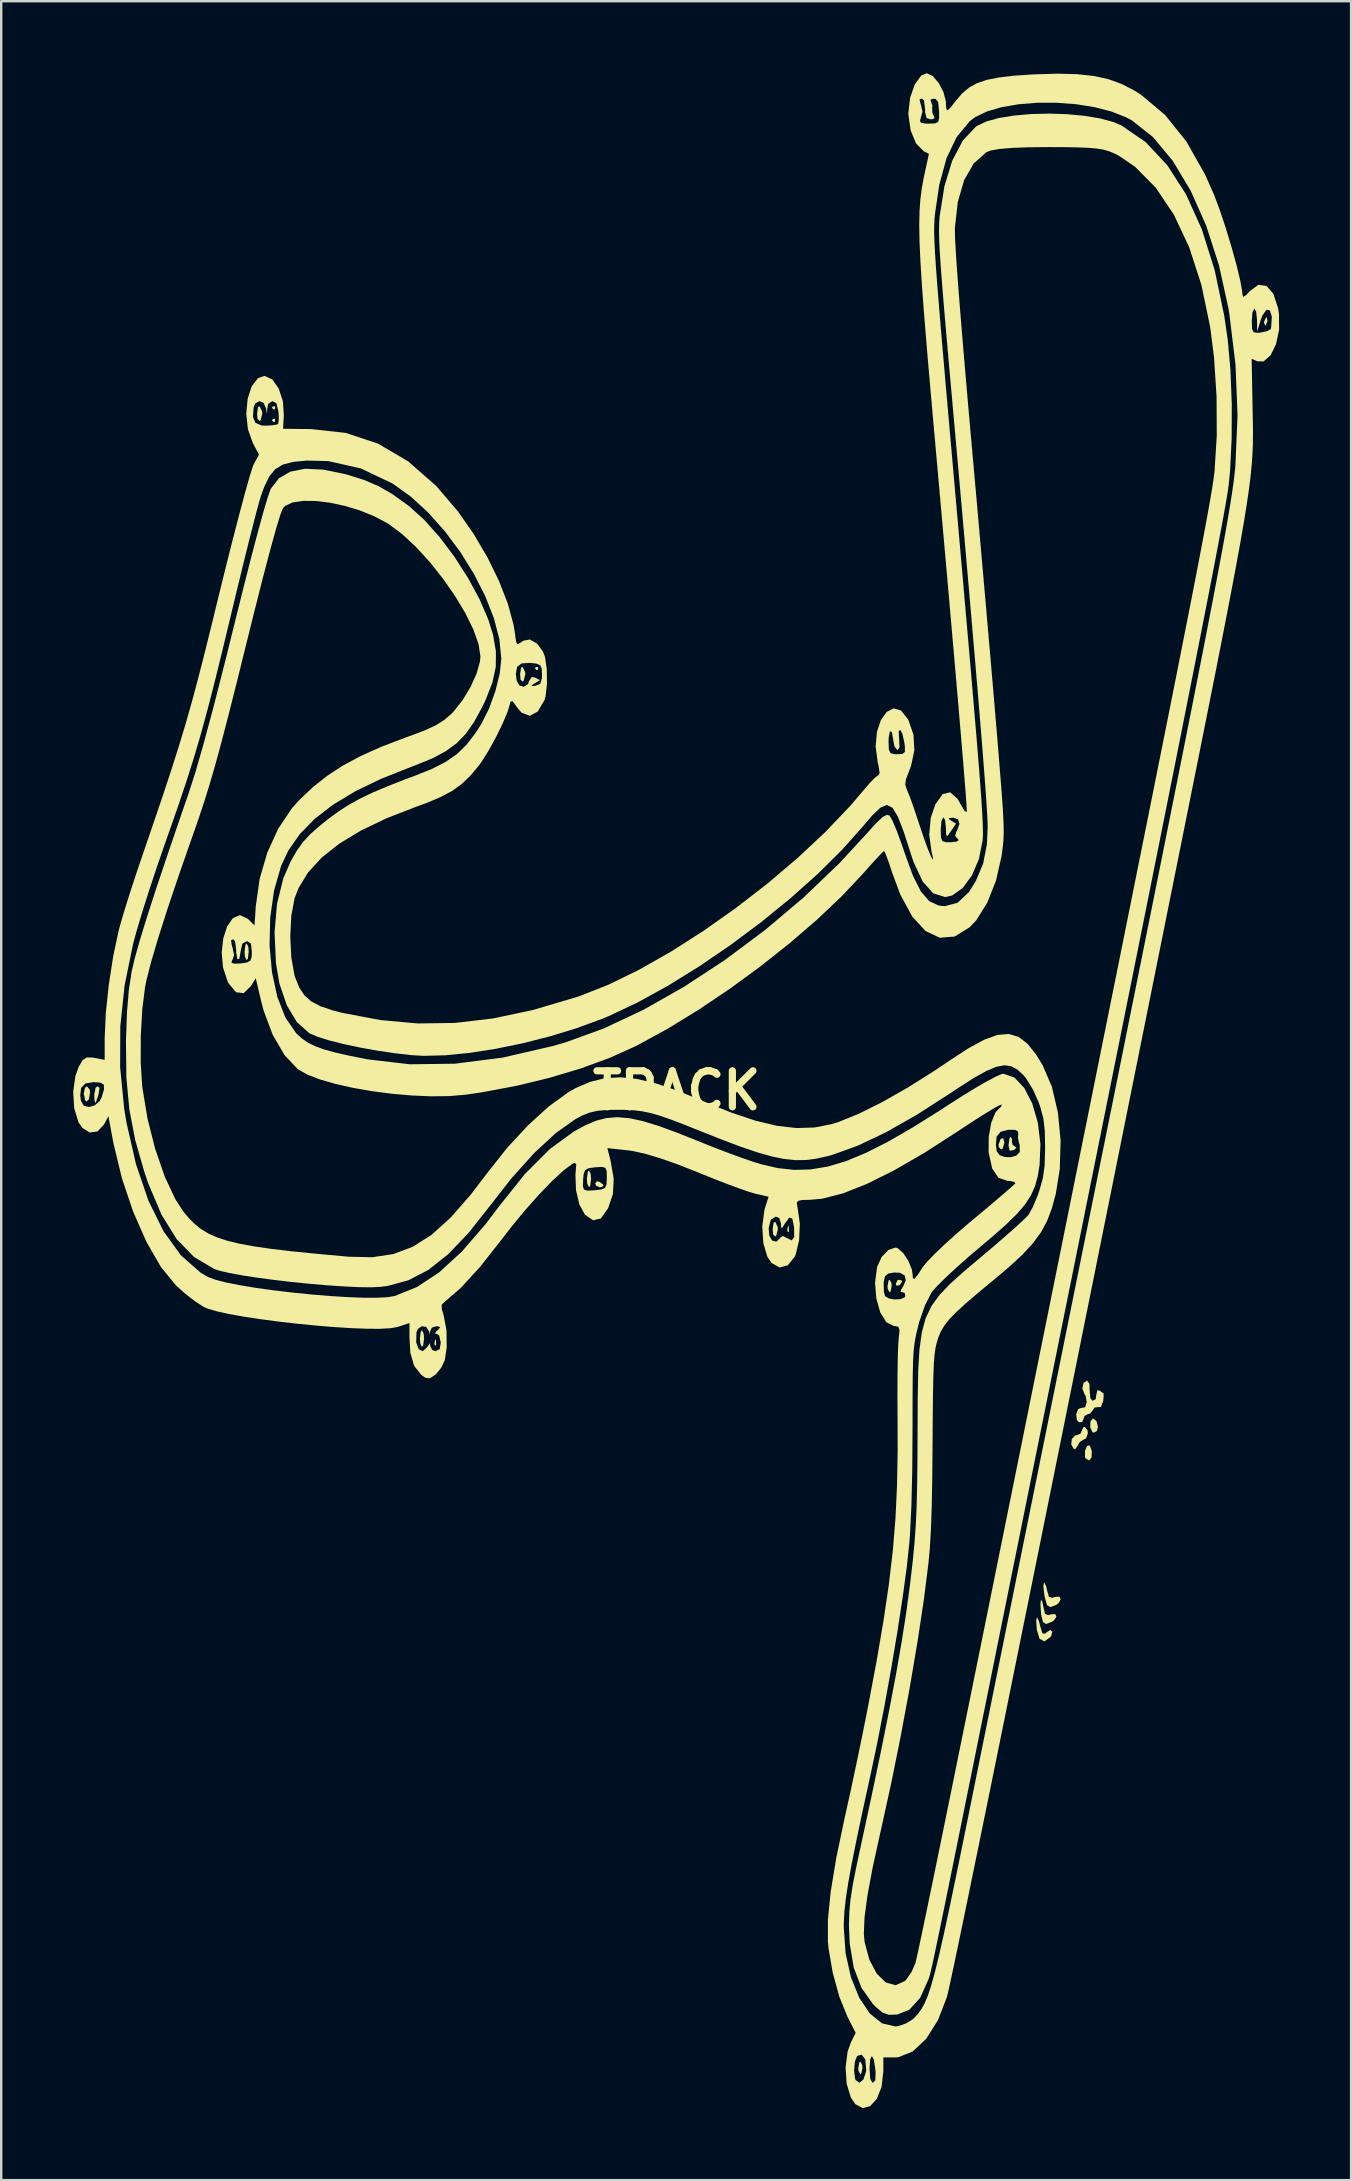
<source format=kicad_pcb>
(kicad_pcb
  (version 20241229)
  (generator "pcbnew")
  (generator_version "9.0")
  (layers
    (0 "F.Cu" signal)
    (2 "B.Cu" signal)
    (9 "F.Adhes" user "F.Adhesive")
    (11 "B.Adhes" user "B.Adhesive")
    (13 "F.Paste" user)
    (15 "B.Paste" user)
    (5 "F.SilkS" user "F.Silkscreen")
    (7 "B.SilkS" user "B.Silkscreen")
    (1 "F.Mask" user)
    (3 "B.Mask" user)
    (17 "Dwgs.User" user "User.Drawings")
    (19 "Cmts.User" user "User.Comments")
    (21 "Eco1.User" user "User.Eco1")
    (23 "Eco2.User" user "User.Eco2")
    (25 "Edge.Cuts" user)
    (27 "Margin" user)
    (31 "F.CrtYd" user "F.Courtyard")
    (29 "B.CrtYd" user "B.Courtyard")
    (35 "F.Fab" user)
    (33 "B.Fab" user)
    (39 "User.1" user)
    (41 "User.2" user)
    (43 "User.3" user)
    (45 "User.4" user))
  (footprint "TRACK"
    (layer "F.Cu")
    (at 25.146 42.392)
    (property "Reference" "TRACK" (at 0 0 0) (layer "F.SilkS") (effects (font (size 1.5 1.5) (thickness 0.3))))
    (attr board_only exclude_from_pos_files exclude_from_bom)
    (fp_poly (pts (xy -16.73 -28.495) (xy -16.742 -28.391) (xy -16.788 -28.378) (xy -16.86 -28.442) (xy -16.846 -28.495) (xy -16.743 -28.516)) (stroke (width 0) (type solid)) (fill yes) (layer "F.SilkS"))
    (fp_poly (pts (xy -16.73 -27.969) (xy -16.742 -27.865) (xy -16.788 -27.852) (xy -16.86 -27.917) (xy -16.846 -27.969) (xy -16.743 -27.99)) (stroke (width 0) (type solid)) (fill yes) (layer "F.SilkS"))
    (fp_poly (pts (xy -10.032 10.394) (xy -10.022 10.601) (xy -10.032 10.627) (xy -10.084 10.603) (xy -10.09 10.51) (xy -10.059 10.366)) (stroke (width 0) (type solid)) (fill yes) (layer "F.SilkS"))
    (fp_poly (pts (xy -5.77 -17.634) (xy -5.782 -17.53) (xy -5.828 -17.517) (xy -5.9 -17.581) (xy -5.886 -17.634) (xy -5.783 -17.655)) (stroke (width 0) (type solid)) (fill yes) (layer "F.SilkS"))
    (fp_poly (pts (xy 4.668 5.664) (xy 4.679 5.872) (xy 4.668 5.897) (xy 4.617 5.873) (xy 4.61 5.781) (xy 4.642 5.637)) (stroke (width 0) (type solid)) (fill yes) (layer "F.SilkS"))
    (fp_poly (pts (xy 13.657 2.175) (xy 13.587 2.416) (xy 13.519 2.452) (xy 13.418 2.351) (xy 13.416 2.244) (xy 13.502 2.013) (xy 13.607 1.984)) (stroke (width 0) (type solid)) (fill yes) (layer "F.SilkS"))
    (fp_poly (pts (xy -24.458 -0.04) (xy -24.443 0.077) (xy -24.491 0.364) (xy -24.594 0.461) (xy -24.648 0.404) (xy -24.705 0.125) (xy -24.653 -0.118) (xy -24.574 -0.175)) (stroke (width 0) (type solid)) (fill yes) (layer "F.SilkS"))
    (fp_poly (pts (xy -17.849 -5.984) (xy -17.832 -5.781) (xy -17.869 -5.496) (xy -17.919 -5.43) (xy -17.99 -5.577) (xy -18.006 -5.781) (xy -17.97 -6.065) (xy -17.919 -6.131)) (stroke (width 0) (type solid)) (fill yes) (layer "F.SilkS"))
    (fp_poly (pts (xy -17.275 -28.294) (xy -17.267 -28.203) (xy -17.335 -27.94) (xy -17.376 -27.896) (xy -17.463 -27.978) (xy -17.484 -28.203) (xy -17.444 -28.481) (xy -17.376 -28.509)) (stroke (width 0) (type solid)) (fill yes) (layer "F.SilkS"))
    (fp_poly (pts (xy -10.542 10.132) (xy -10.525 10.335) (xy -10.562 10.62) (xy -10.612 10.686) (xy -10.683 10.539) (xy -10.699 10.335) (xy -10.663 10.051) (xy -10.612 9.985)) (stroke (width 0) (type solid)) (fill yes) (layer "F.SilkS"))
    (fp_poly (pts (xy -6.314 -17.433) (xy -6.307 -17.342) (xy -6.375 -17.079) (xy -6.415 -17.036) (xy -6.503 -17.117) (xy -6.524 -17.342) (xy -6.484 -17.62) (xy -6.415 -17.649)) (stroke (width 0) (type solid)) (fill yes) (layer "F.SilkS"))
    (fp_poly (pts (xy -3.583 3.475) (xy -3.566 3.679) (xy -3.603 3.963) (xy -3.653 4.029) (xy -3.724 3.882) (xy -3.74 3.679) (xy -3.704 3.394) (xy -3.653 3.328)) (stroke (width 0) (type solid)) (fill yes) (layer "F.SilkS"))
    (fp_poly (pts (xy -3.218 3.803) (xy -3.078 3.905) (xy -3.045 3.962) (xy -3.118 4.016) (xy -3.218 4.029) (xy -3.36 3.962) (xy -3.392 3.87) (xy -3.323 3.78)) (stroke (width 0) (type solid)) (fill yes) (layer "F.SilkS"))
    (fp_poly (pts (xy 4.211 5.689) (xy 4.219 5.781) (xy 4.15 6.044) (xy 4.11 6.087) (xy 4.023 6.006) (xy 4.001 5.781) (xy 4.041 5.503) (xy 4.11 5.474)) (stroke (width 0) (type solid)) (fill yes) (layer "F.SilkS"))
    (fp_poly (pts (xy 7.732 40.607) (xy 7.742 40.728) (xy 7.695 40.961) (xy 7.655 40.99) (xy 7.578 40.848) (xy 7.568 40.728) (xy 7.615 40.494) (xy 7.655 40.465)) (stroke (width 0) (type solid)) (fill yes) (layer "F.SilkS"))
    (fp_poly (pts (xy 8.95 8.025) (xy 8.96 8.146) (xy 8.913 8.379) (xy 8.873 8.408) (xy 8.795 8.266) (xy 8.786 8.146) (xy 8.833 7.912) (xy 8.873 7.883)) (stroke (width 0) (type solid)) (fill yes) (layer "F.SilkS"))
    (fp_poly (pts (xy 9.38 7.92) (xy 9.395 7.952) (xy 9.327 8.065) (xy 9.264 8.121) (xy 9.152 8.125) (xy 9.134 8.052) (xy 9.204 7.902) (xy 9.264 7.883)) (stroke (width 0) (type solid)) (fill yes) (layer "F.SilkS"))
    (fp_poly (pts (xy 24.616 -32.096) (xy 24.617 -32.057) (xy 24.55 -31.888) (xy 24.525 -31.881) (xy 24.473 -31.989) (xy 24.487 -32.057) (xy 24.565 -32.224) (xy 24.579 -32.232)) (stroke (width 0) (type solid)) (fill yes) (layer "F.SilkS"))
    (fp_poly (pts (xy -24.049 -0.115) (xy -24.082 0.124) (xy -24.095 0.175) (xy -24.184 0.45) (xy -24.229 0.526) (xy -24.262 0.378) (xy -24.269 0.175) (xy -24.213 -0.112) (xy -24.136 -0.175)) (stroke (width 0) (type solid)) (fill yes) (layer "F.SilkS"))
    (fp_poly (pts (xy 17.214 14.79) (xy 17.301 15.031) (xy 17.288 15.295) (xy 17.185 15.415) (xy 17.044 15.331) (xy 17.017 15.275) (xy 17.013 15.023) (xy 17.098 14.81) (xy 17.21 14.786)) (stroke (width 0) (type solid)) (fill yes) (layer "F.SilkS"))
    (fp_poly (pts (xy 17.493 13.772) (xy 17.554 14.006) (xy 17.516 14.182) (xy 17.375 14.259) (xy 17.332 14.24) (xy 17.236 14.046) (xy 17.241 13.796) (xy 17.341 13.664) (xy 17.349 13.663)) (stroke (width 0) (type solid)) (fill yes) (layer "F.SilkS"))
    (fp_poly (pts (xy 13.977 2.032) (xy 13.965 2.089) (xy 13.992 2.251) (xy 14.069 2.315) (xy 14.156 2.377) (xy 14.084 2.454) (xy 14.027 2.487) (xy 13.876 2.509) (xy 13.831 2.3) (xy 13.831 2.261) (xy 13.871 1.985) (xy 13.923 1.927)) (stroke (width 0) (type solid)) (fill yes) (layer "F.SilkS"))
    (fp_poly (pts (xy 15.101 22.131) (xy 15.145 22.305) (xy 15.239 22.612) (xy 15.35 22.637) (xy 15.416 22.576) (xy 15.572 22.48) (xy 15.652 22.543) (xy 15.615 22.709) (xy 15.568 22.779) (xy 15.323 22.954) (xy 15.123 22.845) (xy 15.01 22.489) (xy 14.981 22.075) (xy 15.017 21.947)) (stroke (width 0) (type solid)) (fill yes) (layer "F.SilkS"))
    (fp_poly (pts (xy 15.235 21.288) (xy 15.282 21.527) (xy 15.35 21.808) (xy 15.487 21.861) (xy 15.583 21.83) (xy 15.774 21.814) (xy 15.826 21.921) (xy 15.725 22.076) (xy 15.636 22.136) (xy 15.395 22.23) (xy 15.264 22.149) (xy 15.193 21.854) (xy 15.184 21.788) (xy 15.159 21.414) (xy 15.178 21.227)) (stroke (width 0) (type solid)) (fill yes) (layer "F.SilkS"))
    (fp_poly (pts (xy 15.392 20.64) (xy 15.442 20.856) (xy 15.516 21.104) (xy 15.664 21.138) (xy 15.752 21.105) (xy 15.945 21.086) (xy 16.003 21.199) (xy 15.912 21.363) (xy 15.81 21.436) (xy 15.568 21.528) (xy 15.43 21.437) (xy 15.339 21.113) (xy 15.323 21.021) (xy 15.281 20.663) (xy 15.303 20.497) (xy 15.308 20.495)) (stroke (width 0) (type solid)) (fill yes) (layer "F.SilkS"))
    (fp_poly (pts (xy 17.121 14.154) (xy 17.136 14.277) (xy 17.064 14.491) (xy 16.967 14.539) (xy 16.791 14.649) (xy 16.727 14.776) (xy 16.608 14.945) (xy 16.549 14.937) (xy 16.442 14.749) (xy 16.466 14.522) (xy 16.599 14.375) (xy 16.658 14.364) (xy 16.821 14.304) (xy 16.875 14.189) (xy 16.946 14.034) (xy 17.006 14.014)) (stroke (width 0) (type solid)) (fill yes) (layer "F.SilkS"))
    (fp_poly (pts (xy 17.202 12.225) (xy 17.207 12.477) (xy 17.239 12.826) (xy 17.332 12.927) (xy 17.461 12.861) (xy 17.484 12.694) (xy 17.534 12.485) (xy 17.622 12.506) (xy 17.756 12.599) (xy 17.788 12.612) (xy 17.792 12.754) (xy 17.773 12.942) (xy 17.677 13.19) (xy 17.574 13.19) (xy 17.414 13.209) (xy 17.358 13.298) (xy 17.231 13.458) (xy 17.131 13.488) (xy 16.993 13.564) (xy 16.962 13.663) (xy 16.896 13.813) (xy 16.762 13.823) (xy 16.678 13.734) (xy 16.648 13.492) (xy 16.729 13.274) (xy 16.866 13.22) (xy 16.875 13.226) (xy 17.022 13.197) (xy 17.087 12.98) (xy 17.042 12.72) (xy 16.99 12.64) (xy 16.905 12.414) (xy 16.954 12.186) (xy 17.103 12.087)) (stroke (width 0) (type solid)) (fill yes) (layer "F.SilkS"))
    (fp_poly (pts (xy 16.266 -40.684) (xy 16.984 -40.618) (xy 17.638 -40.509) (xy 18.195 -40.358) (xy 18.53 -40.217) (xy 19.541 -39.522) (xy 20.441 -38.562) (xy 21.223 -37.347) (xy 21.884 -35.886) (xy 22.418 -34.19) (xy 22.82 -32.268) (xy 22.963 -31.284) (xy 23.076 -30.029) (xy 23.131 -28.607) (xy 23.126 -27.159) (xy 23.061 -25.826) (xy 23.005 -25.25) (xy 22.969 -24.991) (xy 22.905 -24.599) (xy 22.81 -24.063) (xy 22.683 -23.372) (xy 22.521 -22.516) (xy 22.323 -21.484) (xy 22.086 -20.264) (xy 21.808 -18.848) (xy 21.487 -17.223) (xy 21.121 -15.379) (xy 20.708 -13.305) (xy 20.245 -10.991) (xy 19.731 -8.426) (xy 19.163 -5.598) (xy 18.539 -2.498) (xy 17.857 0.886) (xy 17.115 4.564) (xy 16.311 8.546) (xy 15.631 11.912) (xy 14.963 15.215) (xy 14.358 18.21) (xy 13.812 20.911) (xy 13.322 23.334) (xy 12.886 25.495) (xy 12.498 27.408) (xy 12.158 29.09) (xy 11.861 30.555) (xy 11.604 31.82) (xy 11.385 32.899) (xy 11.199 33.809) (xy 11.044 34.564) (xy 10.917 35.181) (xy 10.814 35.674) (xy 10.733 36.059) (xy 10.67 36.352) (xy 10.621 36.568) (xy 10.585 36.723) (xy 10.557 36.831) (xy 10.535 36.909) (xy 10.515 36.972) (xy 10.497 37.027) (xy 10.145 37.809) (xy 9.695 38.304) (xy 9.188 38.503) (xy 8.845 38.514) (xy 8.578 38.421) (xy 8.291 38.181) (xy 8.178 38.064) (xy 7.704 37.395) (xy 7.381 36.554) (xy 7.21 35.541) (xy 7.18 34.785) (xy 7.195 34.242) (xy 7.243 33.712) (xy 7.337 33.104) (xy 7.491 32.327) (xy 7.605 31.794) (xy 8.086 29.567) (xy 8.496 27.616) (xy 8.841 25.901) (xy 9.129 24.386) (xy 9.366 23.033) (xy 9.559 21.804) (xy 9.715 20.66) (xy 9.842 19.567) (xy 9.911 18.848) (xy 9.962 18.146) (xy 9.997 17.386) (xy 10.02 16.492) (xy 10.033 15.388) (xy 10.039 14.189) (xy 10.045 12.811) (xy 10.065 11.696) (xy 10.116 10.8) (xy 10.215 10.078) (xy 10.377 9.486) (xy 10.618 8.98) (xy 10.955 8.515) (xy 11.405 8.046) (xy 11.982 7.529) (xy 12.686 6.935) (xy 13.216 6.487) (xy 13.702 6.067) (xy 14.117 5.699) (xy 14.435 5.408) (xy 14.628 5.217) (xy 14.663 5.177) (xy 14.839 4.86) (xy 15.038 4.386) (xy 15.114 4.169) (xy 15.258 3.656) (xy 15.331 3.146) (xy 15.353 2.478) (xy 15.353 2.349) (xy 15.339 1.668) (xy 15.282 1.175) (xy 15.159 0.71) (xy 15.092 0.51) (xy 14.852 -0.031) (xy 14.558 -0.51) (xy 14.448 -0.643) (xy 14.196 -0.874) (xy 13.94 -1.013) (xy 13.657 -1.053) (xy 13.32 -0.99) (xy 12.906 -0.816) (xy 12.389 -0.527) (xy 11.745 -0.115) (xy 11.455 0.079) (xy 10.019 1.003) (xy 8.721 1.74) (xy 7.551 2.296) (xy 6.503 2.675) (xy 6.277 2.737) (xy 5.823 2.839) (xy 5.386 2.895) (xy 4.943 2.901) (xy 4.47 2.851) (xy 3.942 2.742) (xy 3.336 2.569) (xy 2.627 2.327) (xy 1.792 2.01) (xy 1.044 1.712) (xy 0.339 1.43) (xy -0.228 1.213) (xy -0.689 1.052) (xy -1.076 0.94) (xy -1.421 0.868) (xy -1.755 0.826) (xy -2.111 0.807) (xy -2.349 0.802) (xy -2.883 0.808) (xy -3.294 0.843) (xy -3.632 0.92) (xy -3.95 1.048) (xy -4.219 1.193) (xy -5.041 1.776) (xy -5.94 2.608) (xy -6.885 3.659) (xy -7.745 4.76) (xy -8.665 5.925) (xy -9.521 6.822) (xy -10.347 7.474) (xy -11.175 7.906) (xy -12.037 8.141) (xy -12.352 8.182) (xy -12.748 8.199) (xy -13.27 8.192) (xy -13.89 8.162) (xy -14.581 8.115) (xy -15.314 8.051) (xy -16.063 7.975) (xy -16.798 7.889) (xy -17.493 7.796) (xy -18.12 7.699) (xy -18.65 7.602) (xy -19.056 7.507) (xy -19.271 7.435) (xy -20.107 6.939) (xy -20.83 6.198) (xy -21.461 5.184) (xy -22.019 3.868) (xy -22.181 3.394) (xy -22.562 2.064) (xy -22.806 0.791) (xy -22.93 -0.538) (xy -22.937 -1.174) (xy -22.333 -1.174) (xy -22.274 -0.211) (xy -22.268 -0.156) (xy -22.054 1.147) (xy -21.733 2.422) (xy -21.333 3.582) (xy -20.884 4.539) (xy -20.561 5.035) (xy -20.328 5.315) (xy -20.086 5.559) (xy -19.821 5.771) (xy -19.518 5.955) (xy -19.162 6.115) (xy -18.739 6.255) (xy -18.233 6.379) (xy -17.631 6.491) (xy -16.917 6.595) (xy -16.077 6.695) (xy -15.096 6.794) (xy -13.959 6.898) (xy -13.657 6.925) (xy -12.684 6.946) (xy -11.809 6.815) (xy -10.998 6.511) (xy -10.214 6.013) (xy -9.422 5.298) (xy -8.587 4.346) (xy -7.872 3.41) (xy -7.055 2.379) (xy -6.193 1.45) (xy -5.333 0.667) (xy -4.524 0.078) (xy -4.209 -0.102) (xy -3.611 -0.36) (xy -3.003 -0.511) (xy -2.36 -0.553) (xy -1.657 -0.483) (xy -0.868 -0.298) (xy 0.032 0.004) (xy 1.068 0.427) (xy 1.118 0.448) (xy 2.27 0.917) (xy 3.285 1.257) (xy 4.188 1.472) (xy 5.003 1.564) (xy 5.754 1.539) (xy 6.465 1.398) (xy 6.752 1.308) (xy 7.591 0.967) (xy 8.555 0.488) (xy 9.614 -0.114) (xy 10.738 -0.821) (xy 11.352 -1.234) (xy 12.147 -1.754) (xy 12.811 -2.115) (xy 13.366 -2.317) (xy 13.837 -2.357) (xy 14.247 -2.236) (xy 14.618 -1.951) (xy 14.976 -1.502) (xy 15.258 -1.042) (xy 15.639 -0.146) (xy 15.888 0.921) (xy 15.999 2.086) (xy 15.964 3.272) (xy 15.8 4.298) (xy 15.638 4.901) (xy 15.44 5.425) (xy 15.183 5.903) (xy 14.846 6.364) (xy 14.405 6.841) (xy 13.839 7.363) (xy 13.236 7.871) (xy 12.578 8.416) (xy 12.062 8.857) (xy 11.668 9.216) (xy 11.376 9.516) (xy 11.166 9.777) (xy 11.017 10.022) (xy 10.91 10.273) (xy 10.849 10.466) (xy 10.792 10.694) (xy 10.75 10.974) (xy 10.718 11.356) (xy 10.696 11.892) (xy 10.681 12.634) (xy 10.671 13.632) (xy 10.664 14.67) (xy 10.651 16.146) (xy 10.629 17.332) (xy 10.596 18.285) (xy 10.55 19.067) (xy 10.491 19.707) (xy 10.297 21.243) (xy 10.03 23.006) (xy 9.706 24.918) (xy 9.337 26.902) (xy 8.937 28.88) (xy 8.521 30.775) (xy 8.48 30.952) (xy 8.167 32.376) (xy 7.951 33.534) (xy 7.829 34.446) (xy 7.8 35.132) (xy 7.829 35.474) (xy 8.032 36.227) (xy 8.341 36.804) (xy 8.717 37.167) (xy 9.12 37.281) (xy 9.509 37.108) (xy 9.56 37.058) (xy 9.786 36.731) (xy 9.941 36.382) (xy 9.976 36.246) (xy 10.041 35.96) (xy 10.137 35.514) (xy 10.268 34.896) (xy 10.434 34.099) (xy 10.638 33.111) (xy 10.883 31.923) (xy 11.169 30.524) (xy 11.499 28.906) (xy 11.875 27.057) (xy 12.299 24.968) (xy 12.774 22.629) (xy 13.3 20.03) (xy 13.881 17.161) (xy 14.518 14.012) (xy 15.212 10.574) (xy 15.968 6.835) (xy 16.785 2.787) (xy 17.224 0.613) (xy 17.914 -2.81) (xy 18.542 -5.923) (xy 19.109 -8.743) (xy 19.62 -11.283) (xy 20.076 -13.559) (xy 20.482 -15.586) (xy 20.839 -17.379) (xy 21.15 -18.952) (xy 21.42 -20.322) (xy 21.65 -21.502) (xy 21.843 -22.508) (xy 22.003 -23.355) (xy 22.133 -24.058) (xy 22.235 -24.632) (xy 22.312 -25.091) (xy 22.368 -25.452) (xy 22.405 -25.729) (xy 22.414 -25.815) (xy 22.506 -27.291) (xy 22.498 -28.913) (xy 22.392 -30.545) (xy 22.233 -31.808) (xy 21.867 -33.566) (xy 21.359 -35.135) (xy 20.72 -36.494) (xy 19.963 -37.621) (xy 19.098 -38.495) (xy 18.454 -38.935) (xy 18.233 -39.051) (xy 18.017 -39.14) (xy 17.78 -39.207) (xy 17.494 -39.253) (xy 17.133 -39.284) (xy 16.672 -39.302) (xy 16.083 -39.31) (xy 15.527 -39.313) (xy 14.67 -39.305) (xy 13.982 -39.28) (xy 13.459 -39.236) (xy 13.097 -39.173) (xy 12.909 -39.103) (xy 12.377 -38.629) (xy 11.977 -37.932) (xy 11.714 -37.021) (xy 11.593 -35.934) (xy 11.6 -35.527) (xy 11.642 -34.782) (xy 11.718 -33.708) (xy 11.828 -32.309) (xy 11.971 -30.592) (xy 12.146 -28.563) (xy 12.296 -26.875) (xy 12.46 -25.045) (xy 12.625 -23.176) (xy 12.788 -21.325) (xy 12.943 -19.551) (xy 13.086 -17.912) (xy 13.21 -16.467) (xy 13.311 -15.273) (xy 13.359 -14.7) (xy 13.462 -13.437) (xy 13.539 -12.466) (xy 13.591 -11.735) (xy 13.62 -11.19) (xy 13.629 -10.781) (xy 13.618 -10.452) (xy 13.589 -10.153) (xy 13.546 -9.829) (xy 13.535 -9.752) (xy 13.306 -8.744) (xy 12.943 -7.829) (xy 12.484 -7.094) (xy 12.217 -6.809) (xy 11.584 -6.417) (xy 10.964 -6.366) (xy 10.371 -6.646) (xy 9.819 -7.248) (xy 9.321 -8.162) (xy 8.988 -9.056) (xy 8.828 -9.538) (xy 8.702 -9.874) (xy 8.644 -9.985) (xy 8.553 -9.904) (xy 8.343 -9.683) (xy 8.048 -9.359) (xy 7.754 -9.027) (xy 6.87 -8.087) (xy 5.843 -7.116) (xy 4.705 -6.135) (xy 3.485 -5.169) (xy 2.214 -4.24) (xy 0.921 -3.37) (xy -0.363 -2.582) (xy -1.608 -1.9) (xy -1.731 -1.838) (xy -2.798 -1.358) (xy -4.004 -0.917) (xy -5.315 -0.525) (xy -6.697 -0.191) (xy -8.116 0.074) (xy -8.8 0.174) (xy -9.472 0.231) (xy -10.224 0.241) (xy -11.029 0.207) (xy -11.858 0.135) (xy -12.684 0.028) (xy -13.478 -0.11) (xy -14.212 -0.274) (xy -14.858 -0.46) (xy -15.387 -0.663) (xy -15.773 -0.88) (xy -15.788 -0.891) (xy -16.339 -1.475) (xy -16.829 -2.316) (xy -17.21 -3.326) (xy -17.306 -3.691) (xy -17.539 -4.681) (xy -17.739 -4.355) (xy -18.041 -4.059) (xy -18.36 -4.096) (xy -18.667 -4.46) (xy -18.709 -4.541) (xy -18.903 -5.127) (xy -18.958 -5.747) (xy -18.902 -6.258) (xy -18.569 -6.258) (xy -18.537 -6.053) (xy -18.507 -5.951) (xy -18.443 -5.649) (xy -18.504 -5.456) (xy -18.528 -5.421) (xy -18.552 -5.324) (xy -18.425 -5.285) (xy -18.18 -5.295) (xy -17.906 -5.335) (xy -17.763 -5.413) (xy -17.709 -5.573) (xy -17.702 -5.781) (xy -17.738 -6.114) (xy -17.879 -6.217) (xy -17.919 -6.219) (xy -18.098 -6.122) (xy -18.164 -5.824) (xy -18.224 -5.49) (xy -18.302 -5.469) (xy -18.352 -5.753) (xy -18.354 -5.868) (xy -18.4 -6.221) (xy -18.485 -6.306) (xy -18.569 -6.258) (xy -18.902 -6.258) (xy -18.893 -6.339) (xy -18.73 -6.839) (xy -18.491 -7.184) (xy -18.196 -7.31) (xy -17.867 -7.154) (xy -17.843 -7.131) (xy -17.591 -6.878) (xy -17.537 -7.687) (xy -17.376 -8.823) (xy -17.06 -9.91) (xy -16.606 -10.905) (xy -16.032 -11.763) (xy -15.726 -12.105) (xy -15.155 -12.644) (xy -14.557 -13.118) (xy -13.903 -13.545) (xy -13.165 -13.94) (xy -12.317 -14.319) (xy -11.329 -14.698) (xy -11.064 -14.792) (xy -10.486 -15.011) (xy -10.041 -15.218) (xy -9.692 -15.436) (xy -9.398 -15.687) (xy -9.301 -15.786) (xy -8.919 -16.268) (xy -8.587 -16.82) (xy -8.336 -17.378) (xy -8.195 -17.881) (xy -8.177 -18.09) (xy -8.254 -18.599) (xy -8.469 -19.208) (xy -8.802 -19.886) (xy -9.23 -20.6) (xy -9.73 -21.32) (xy -10.28 -22.013) (xy -10.859 -22.647) (xy -11.445 -23.192) (xy -12.014 -23.615) (xy -12.044 -23.633) (xy -12.589 -23.925) (xy -13.191 -24.169) (xy -13.821 -24.36) (xy -14.447 -24.494) (xy -15.039 -24.566) (xy -15.567 -24.571) (xy -16 -24.506) (xy -16.308 -24.365) (xy -16.397 -24.278) (xy -16.504 -24.023) (xy -16.681 -23.45) (xy -16.928 -22.56) (xy -17.244 -21.356) (xy -17.628 -19.839) (xy -17.954 -18.527) (xy -18.346 -16.945) (xy -18.678 -15.631) (xy -18.963 -14.535) (xy -19.215 -13.608) (xy -19.449 -12.8) (xy -19.677 -12.063) (xy -19.914 -11.347) (xy -20.174 -10.602) (xy -20.176 -10.598) (xy -20.734 -9.002) (xy -21.212 -7.582) (xy -21.603 -6.359) (xy -21.9 -5.353) (xy -22.096 -4.588) (xy -22.152 -4.311) (xy -22.267 -3.386) (xy -22.329 -2.287) (xy -22.333 -1.174) (xy -22.937 -1.174) (xy -22.947 -2.036) (xy -22.945 -2.14) (xy -22.903 -3.289) (xy -22.827 -4.195) (xy -22.711 -4.95) (xy -22.584 -5.498) (xy -22.37 -6.258) (xy -22.068 -7.243) (xy -21.672 -8.465) (xy -21.178 -9.936) (xy -20.584 -11.668) (xy -20.347 -12.35) (xy -20.056 -13.254) (xy -19.705 -14.474) (xy -19.292 -16.011) (xy -18.817 -17.869) (xy -18.448 -19.357) (xy -18.076 -20.852) (xy -17.742 -22.167) (xy -17.451 -23.273) (xy -17.211 -24.143) (xy -17.03 -24.752) (xy -16.914 -25.071) (xy -16.908 -25.083) (xy -16.571 -25.515) (xy -16.097 -25.789) (xy -15.481 -25.909) (xy -14.719 -25.873) (xy -13.805 -25.684) (xy -13.744 -25.668) (xy -13.028 -25.443) (xy -12.413 -25.179) (xy -11.828 -24.84) (xy -11.199 -24.388) (xy -11.155 -24.355) (xy -10.521 -23.784) (xy -9.881 -23.066) (xy -9.264 -22.247) (xy -8.701 -21.371) (xy -8.219 -20.483) (xy -7.849 -19.628) (xy -7.648 -18.979) (xy -7.531 -18.292) (xy -7.537 -17.654) (xy -7.676 -17.006) (xy -7.957 -16.284) (xy -8.11 -15.965) (xy -8.44 -15.361) (xy -8.78 -14.872) (xy -9.164 -14.474) (xy -9.62 -14.139) (xy -10.182 -13.841) (xy -10.879 -13.555) (xy -11.051 -13.491) (xy -12.307 -12.994) (xy -13.395 -12.468) (xy -14.321 -11.91) (xy -15.09 -11.315) (xy -15.709 -10.679) (xy -16.183 -9.996) (xy -16.481 -9.365) (xy -16.778 -8.327) (xy -16.937 -7.202) (xy -16.964 -6.049) (xy -16.863 -4.93) (xy -16.641 -3.906) (xy -16.303 -3.039) (xy -15.854 -2.388) (xy -15.842 -2.376) (xy -15.619 -2.172) (xy -15.37 -1.999) (xy -15.071 -1.85) (xy -14.698 -1.714) (xy -14.224 -1.583) (xy -13.627 -1.448) (xy -12.88 -1.3) (xy -12.874 -1.299) (xy -11.119 -1.094) (xy -9.243 -1.118) (xy -7.255 -1.372) (xy -5.164 -1.854) (xy -4.611 -2.014) (xy -3.034 -2.588) (xy -1.379 -3.367) (xy 0.317 -4.329) (xy 2.019 -5.445) (xy 3.688 -6.692) (xy 5.289 -8.044) (xy 6.784 -9.475) (xy 7.94 -10.729) (xy 8.319 -11.15) (xy 8.583 -11.396) (xy 8.76 -11.488) (xy 8.873 -11.455) (xy 8.993 -11.245) (xy 9.175 -10.813) (xy 9.388 -10.233) (xy 9.501 -9.897) (xy 9.847 -8.946) (xy 10.178 -8.292) (xy 10.523 -7.893) (xy 10.915 -7.708) (xy 11.169 -7.683) (xy 11.704 -7.823) (xy 12.175 -8.265) (xy 12.469 -8.735) (xy 12.773 -9.462) (xy 12.928 -10.266) (xy 12.961 -10.991) (xy 12.944 -11.433) (xy 12.894 -12.219) (xy 12.811 -13.348) (xy 12.694 -14.82) (xy 12.544 -16.636) (xy 12.36 -18.795) (xy 12.143 -21.298) (xy 11.893 -24.145) (xy 11.609 -27.335) (xy 11.438 -29.244) (xy 11.289 -30.92) (xy 11.169 -32.289) (xy 11.077 -33.388) (xy 11.01 -34.256) (xy 10.965 -34.93) (xy 10.94 -35.446) (xy 10.933 -35.843) (xy 10.94 -36.158) (xy 10.958 -36.415) (xy 11.155 -37.674) (xy 11.482 -38.744) (xy 11.923 -39.584) (xy 12.461 -40.157) (xy 12.52 -40.198) (xy 12.909 -40.383) (xy 13.437 -40.527) (xy 14.071 -40.629) (xy 14.776 -40.69) (xy 15.519 -40.708)) (stroke (width 0) (type solid)) (fill yes) (layer "F.SilkS"))
    (fp_poly (pts (xy 10.67 -42.275) (xy 10.92 -41.983) (xy 11.121 -41.599) (xy 11.219 -41.21) (xy 11.221 -41.15) (xy 11.232 -40.908) (xy 11.286 -40.844) (xy 11.418 -40.965) (xy 11.636 -41.245) (xy 11.893 -41.546) (xy 12.176 -41.786) (xy 12.508 -41.972) (xy 12.914 -42.112) (xy 13.418 -42.214) (xy 14.044 -42.287) (xy 14.816 -42.339) (xy 14.937 -42.345) (xy 15.887 -42.372) (xy 16.693 -42.351) (xy 17.385 -42.276) (xy 17.991 -42.143) (xy 18.54 -41.944) (xy 19.062 -41.675) (xy 19.353 -41.492) (xy 20.351 -40.654) (xy 21.24 -39.546) (xy 22.024 -38.16) (xy 22.4 -37.309) (xy 22.634 -36.683) (xy 22.88 -35.944) (xy 23.117 -35.164) (xy 23.324 -34.417) (xy 23.48 -33.776) (xy 23.564 -33.316) (xy 23.573 -33.192) (xy 23.607 -33.071) (xy 23.729 -33.142) (xy 23.879 -33.308) (xy 24.241 -33.574) (xy 24.581 -33.528) (xy 24.865 -33.197) (xy 25.06 -32.605) (xy 25.099 -32.36) (xy 25.103 -31.7) (xy 24.975 -31.1) (xy 24.748 -30.635) (xy 24.458 -30.382) (xy 24.195 -30.387) (xy 23.96 -30.491) (xy 23.994 -28.663) (xy 24.003 -28.182) (xy 24.012 -27.748) (xy 24.015 -27.342) (xy 24.011 -26.945) (xy 23.995 -26.536) (xy 23.965 -26.098) (xy 23.917 -25.611) (xy 23.848 -25.056) (xy 23.754 -24.414) (xy 23.633 -23.665) (xy 23.481 -22.791) (xy 23.295 -21.772) (xy 23.071 -20.59) (xy 22.807 -19.224) (xy 22.499 -17.657) (xy 22.143 -15.868) (xy 21.737 -13.839) (xy 21.277 -11.55) (xy 20.76 -8.982) (xy 20.183 -6.117) (xy 19.921 -4.817) (xy 18.954 -0.015) (xy 18.051 4.468) (xy 17.21 8.639) (xy 16.43 12.503) (xy 15.71 16.066) (xy 15.05 19.334) (xy 14.446 22.314) (xy 13.899 25.011) (xy 13.408 27.432) (xy 12.97 29.583) (xy 12.584 31.469) (xy 12.25 33.097) (xy 11.967 34.473) (xy 11.732 35.603) (xy 11.545 36.493) (xy 11.404 37.149) (xy 11.309 37.578) (xy 11.26 37.775) (xy 10.886 38.742) (xy 10.398 39.514) (xy 9.836 40.042) (xy 9.24 40.28) (xy 9.112 40.288) (xy 8.612 40.29) (xy 8.612 40.879) (xy 8.537 41.523) (xy 8.34 42.014) (xy 8.065 42.318) (xy 7.751 42.403) (xy 7.442 42.233) (xy 7.259 41.962) (xy 7.084 41.386) (xy 7.048 40.84) (xy 7.393 40.84) (xy 7.436 41.182) (xy 7.455 41.231) (xy 7.613 41.348) (xy 7.779 41.214) (xy 7.888 40.897) (xy 7.899 40.794) (xy 7.894 40.747) (xy 8.038 40.747) (xy 8.064 41.179) (xy 8.153 41.337) (xy 8.179 41.341) (xy 8.277 41.251) (xy 8.29 40.93) (xy 8.283 40.827) (xy 8.219 40.386) (xy 8.135 40.229) (xy 8.064 40.367) (xy 8.038 40.747) (xy 7.894 40.747) (xy 7.86 40.369) (xy 7.707 40.175) (xy 7.524 40.226) (xy 7.427 40.459) (xy 7.393 40.84) (xy 7.048 40.84) (xy 7.039 40.707) (xy 7.123 40.05) (xy 7.252 39.683) (xy 7.459 39.267) (xy 7.118 38.596) (xy 6.778 37.759) (xy 6.502 36.754) (xy 6.327 35.731) (xy 6.302 35.472) (xy 6.301 34.563) (xy 6.417 33.399) (xy 6.65 31.981) (xy 6.999 30.313) (xy 7.011 30.26) (xy 7.241 29.224) (xy 7.499 28.014) (xy 7.753 26.785) (xy 7.959 25.75) (xy 8.325 23.809) (xy 8.616 22.112) (xy 8.841 20.593) (xy 9.006 19.188) (xy 9.118 17.83) (xy 9.183 16.453) (xy 9.209 14.991) (xy 9.205 13.663) (xy 9.2 12.676) (xy 9.204 11.77) (xy 9.217 11.024) (xy 9.237 10.514) (xy 9.249 10.379) (xy 9.287 9.993) (xy 9.24 9.839) (xy 9.069 9.81) (xy 9.047 9.81) (xy 8.734 9.653) (xy 8.483 9.242) (xy 8.319 8.664) (xy 8.269 8.038) (xy 8.626 8.038) (xy 8.637 8.404) (xy 8.688 8.57) (xy 8.846 8.665) (xy 9.079 8.706) (xy 9.317 8.694) (xy 9.488 8.628) (xy 9.528 8.574) (xy 9.503 8.437) (xy 9.427 8.408) (xy 9.325 8.388) (xy 9.365 8.278) (xy 9.435 8.172) (xy 9.547 7.907) (xy 9.502 7.707) (xy 9.311 7.594) (xy 9.065 7.582) (xy 8.812 7.628) (xy 8.684 7.737) (xy 8.632 7.96) (xy 8.626 8.038) (xy 8.269 8.038) (xy 8.267 8.007) (xy 8.35 7.359) (xy 8.353 7.348) (xy 8.544 6.934) (xy 8.825 6.642) (xy 9.117 6.543) (xy 9.208 6.568) (xy 9.441 6.773) (xy 9.657 7.103) (xy 9.801 7.459) (xy 9.829 7.651) (xy 9.847 7.835) (xy 9.917 7.84) (xy 10.07 7.646) (xy 10.248 7.369) (xy 10.424 7.148) (xy 10.733 6.827) (xy 11.144 6.433) (xy 11.629 5.994) (xy 12.158 5.538) (xy 12.309 5.412) (xy 12.823 4.983) (xy 13.283 4.596) (xy 13.663 4.27) (xy 13.941 4.028) (xy 14.091 3.889) (xy 14.109 3.868) (xy 14.07 3.807) (xy 13.902 3.771) (xy 13.792 3.766) (xy 13.412 3.637) (xy 13.15 3.251) (xy 13.006 2.608) (xy 12.998 2.537) (xy 13.001 2.279) (xy 13.302 2.279) (xy 13.339 2.533) (xy 13.45 2.689) (xy 13.665 2.77) (xy 13.92 2.779) (xy 14.149 2.713) (xy 14.287 2.574) (xy 14.298 2.535) (xy 14.296 2.261) (xy 14.266 2.19) (xy 14.22 1.965) (xy 14.233 1.847) (xy 14.224 1.705) (xy 14.106 1.639) (xy 13.848 1.635) (xy 13.817 1.637) (xy 13.497 1.719) (xy 13.33 1.925) (xy 13.302 2.279) (xy 13.001 2.279) (xy 13.004 1.928) (xy 13.108 1.345) (xy 13.284 0.913) (xy 13.401 0.785) (xy 13.528 0.663) (xy 13.541 0.585) (xy 13.45 0.613) (xy 13.22 0.739) (xy 12.874 0.948) (xy 12.438 1.224) (xy 11.936 1.553) (xy 11.773 1.662) (xy 10.346 2.582) (xy 9.059 3.327) (xy 7.914 3.897) (xy 6.914 4.291) (xy 6.06 4.508) (xy 5.542 4.554) (xy 5.233 4.561) (xy 5.065 4.596) (xy 5.007 4.681) (xy 5.028 4.837) (xy 5.042 4.893) (xy 5.133 5.547) (xy 5.102 6.244) (xy 4.959 6.836) (xy 4.919 6.927) (xy 4.629 7.284) (xy 4.29 7.371) (xy 3.96 7.191) (xy 3.78 6.927) (xy 3.611 6.36) (xy 3.571 5.732) (xy 3.833 5.732) (xy 3.859 6.043) (xy 3.975 6.251) (xy 4.152 6.298) (xy 4.295 6.164) (xy 4.304 6.138) (xy 4.425 6.06) (xy 4.577 6.139) (xy 4.797 6.243) (xy 4.897 6.106) (xy 4.894 5.705) (xy 4.893 5.697) (xy 4.819 5.335) (xy 4.689 5.295) (xy 4.508 5.545) (xy 4.39 5.737) (xy 4.352 5.685) (xy 4.349 5.545) (xy 4.277 5.308) (xy 4.129 5.255) (xy 3.92 5.388) (xy 3.833 5.732) (xy 3.571 5.732) (xy 3.567 5.672) (xy 3.654 4.996) (xy 3.699 4.834) (xy 3.832 4.426) (xy 3.286 4.301) (xy 3.038 4.229) (xy 2.653 4.096) (xy 2.167 3.917) (xy 1.612 3.703) (xy 1.024 3.467) (xy 0.826 3.386) (xy 0.042 3.077) (xy -0.685 2.823) (xy -1.32 2.633) (xy -1.832 2.519) (xy -1.988 2.497) (xy -2.888 2.4) (xy -2.749 2.943) (xy -2.623 3.678) (xy -2.656 4.313) (xy -2.854 4.897) (xy -2.864 4.918) (xy -3.16 5.332) (xy -3.481 5.407) (xy -3.822 5.173) (xy -4.052 4.756) (xy -4.194 4.151) (xy -4.2 3.985) (xy -3.906 3.985) (xy -3.865 4.124) (xy -3.734 4.171) (xy -3.476 4.161) (xy -3.42 4.156) (xy -3.136 4.124) (xy -2.985 4.057) (xy -2.923 3.911) (xy -2.91 3.644) (xy -2.91 3.635) (xy -2.916 3.362) (xy -2.969 3.223) (xy -3.111 3.181) (xy -3.384 3.197) (xy -3.388 3.197) (xy -3.665 3.235) (xy -3.813 3.314) (xy -3.877 3.481) (xy -3.898 3.719) (xy -3.906 3.985) (xy -4.2 3.985) (xy -4.218 3.499) (xy -4.206 3.376) (xy -4.184 3.068) (xy -4.258 3.012) (xy -4.359 3.064) (xy -4.724 3.339) (xy -5.196 3.776) (xy -5.737 4.337) (xy -6.311 4.982) (xy -6.881 5.672) (xy -7.291 6.204) (xy -8.198 7.355) (xy -8.999 8.229) (xy -9.687 8.821) (xy -9.792 8.93) (xy -9.787 9.105) (xy -9.708 9.367) (xy -9.591 9.995) (xy -9.582 10.709) (xy -9.662 11.237) (xy -9.804 11.542) (xy -10.026 11.817) (xy -10.054 11.841) (xy -10.286 11.994) (xy -10.481 11.965) (xy -10.649 11.841) (xy -10.941 11.469) (xy -11.096 10.929) (xy -11.122 10.494) (xy -10.855 10.494) (xy -10.749 10.778) (xy -10.576 10.861) (xy -10.385 10.681) (xy -10.369 10.65) (xy -10.283 10.529) (xy -10.264 10.65) (xy -10.19 10.808) (xy -10.047 10.861) (xy -9.876 10.779) (xy -9.829 10.51) (xy -9.893 10.21) (xy -9.982 10.148) (xy -10.075 10.119) (xy -10.012 10.031) (xy -9.96 9.985) (xy -9.857 9.877) (xy -9.905 9.833) (xy -10.025 9.822) (xy -10.203 9.882) (xy -10.271 10.029) (xy -10.289 10.158) (xy -10.322 10.029) (xy -10.437 9.85) (xy -10.62 9.822) (xy -10.786 9.937) (xy -10.842 10.072) (xy -10.855 10.494) (xy -11.122 10.494) (xy -11.134 10.286) (xy -11.134 9.688) (xy -11.634 9.853) (xy -11.918 9.904) (xy -12.349 9.928) (xy -12.902 9.926) (xy -13.552 9.901) (xy -14.274 9.855) (xy -15.041 9.793) (xy -15.829 9.715) (xy -16.612 9.625) (xy -17.364 9.525) (xy -18.06 9.419) (xy -18.674 9.308) (xy -19.181 9.195) (xy -19.555 9.083) (xy -19.702 9.019) (xy -20.05 8.796) (xy -20.463 8.478) (xy -20.853 8.132) (xy -20.86 8.125) (xy -21.49 7.352) (xy -22.096 6.3) (xy -22.649 5.043) (xy -23.117 3.652) (xy -23.468 2.199) (xy -23.489 2.089) (xy -23.678 1.07) (xy -23.859 1.411) (xy -24.131 1.703) (xy -24.457 1.748) (xy -24.77 1.553) (xy -24.926 1.322) (xy -25.104 0.736) (xy -25.136 0.213) (xy -24.854 0.213) (xy -24.823 0.436) (xy -24.704 0.63) (xy -24.491 0.688) (xy -24.249 0.619) (xy -24.04 0.437) (xy -23.96 0.282) (xy -23.86 -0.054) (xy -23.87 -0.245) (xy -24.01 -0.331) (xy -24.302 -0.35) (xy -24.303 -0.35) (xy -24.636 -0.294) (xy -24.816 -0.112) (xy -24.854 0.213) (xy -25.136 0.213) (xy -25.146 0.05) (xy -25.052 -0.617) (xy -24.924 -0.968) (xy -23.19 -0.968) (xy -23.024 0.738) (xy -22.929 1.32) (xy -22.531 3.066) (xy -22.012 4.587) (xy -21.384 5.862) (xy -20.657 6.868) (xy -19.844 7.584) (xy -19.528 7.769) (xy -19.224 7.883) (xy -18.773 7.999) (xy -18.201 8.112) (xy -17.536 8.222) (xy -16.803 8.324) (xy -16.03 8.416) (xy -15.243 8.496) (xy -14.47 8.561) (xy -13.736 8.607) (xy -13.069 8.633) (xy -12.495 8.635) (xy -12.042 8.611) (xy -11.75 8.562) (xy -10.821 8.188) (xy -9.896 7.577) (xy -8.949 6.708) (xy -7.958 5.562) (xy -7.401 4.827) (xy -6.322 3.476) (xy -5.286 2.439) (xy -4.278 1.704) (xy -4.252 1.688) (xy -3.786 1.437) (xy -3.352 1.256) (xy -2.923 1.147) (xy -2.476 1.111) (xy -1.985 1.151) (xy -1.425 1.27) (xy -0.771 1.469) (xy 0.000219 1.75) (xy 0.915 2.115) (xy 0.936 2.124) (xy 1.529 2.361) (xy 2.134 2.593) (xy 2.704 2.802) (xy 3.191 2.97) (xy 3.502 3.067) (xy 4.206 3.231) (xy 4.892 3.307) (xy 5.582 3.288) (xy 6.298 3.168) (xy 7.06 2.94) (xy 7.89 2.596) (xy 8.809 2.131) (xy 9.838 1.537) (xy 11 0.809) (xy 11.327 0.595) (xy 11.901 0.228) (xy 12.435 -0.099) (xy 12.904 -0.37) (xy 13.279 -0.57) (xy 13.532 -0.682) (xy 13.614 -0.701) (xy 14.075 -0.542) (xy 14.484 -0.107) (xy 14.818 0.541) (xy 15.051 1.342) (xy 15.158 2.231) (xy 15.124 3.086) (xy 15.047 3.565) (xy 14.933 3.983) (xy 14.764 4.367) (xy 14.518 4.745) (xy 14.179 5.142) (xy 13.726 5.586) (xy 13.139 6.103) (xy 12.699 6.474) (xy 12.162 6.93) (xy 11.66 7.375) (xy 11.222 7.781) (xy 10.879 8.12) (xy 10.659 8.365) (xy 10.624 8.411) (xy 10.354 8.935) (xy 10.111 9.63) (xy 10.059 9.828) (xy 9.978 10.166) (xy 9.919 10.475) (xy 9.878 10.815) (xy 9.852 11.248) (xy 9.838 11.834) (xy 9.831 12.633) (xy 9.829 13.707) (xy 9.829 14.025) (xy 9.817 15.817) (xy 9.781 17.325) (xy 9.722 18.521) (xy 9.696 18.852) (xy 9.587 19.868) (xy 9.416 21.129) (xy 9.196 22.563) (xy 8.938 24.099) (xy 8.655 25.663) (xy 8.359 27.185) (xy 8.083 28.491) (xy 7.754 29.998) (xy 7.493 31.23) (xy 7.293 32.226) (xy 7.148 33.027) (xy 7.049 33.673) (xy 6.99 34.205) (xy 6.965 34.662) (xy 6.962 34.848) (xy 7.04 35.953) (xy 7.264 36.955) (xy 7.609 37.806) (xy 8.05 38.461) (xy 8.561 38.873) (xy 9.117 38.998) (xy 9.238 38.983) (xy 9.547 38.879) (xy 9.827 38.709) (xy 9.896 38.647) (xy 10.056 38.47) (xy 10.199 38.275) (xy 10.334 38.032) (xy 10.467 37.715) (xy 10.607 37.293) (xy 10.761 36.74) (xy 10.936 36.025) (xy 11.14 35.122) (xy 11.38 34.002) (xy 11.664 32.636) (xy 11.999 30.996) (xy 12.31 29.457) (xy 12.606 27.995) (xy 12.958 26.255) (xy 13.356 24.288) (xy 13.79 22.14) (xy 14.251 19.859) (xy 14.729 17.495) (xy 15.215 15.095) (xy 15.698 12.706) (xy 16.169 10.378) (xy 16.461 8.934) (xy 17.248 5.038) (xy 17.973 1.452) (xy 18.637 -1.837) (xy 19.242 -4.842) (xy 19.793 -7.579) (xy 20.291 -10.06) (xy 20.739 -12.299) (xy 21.14 -14.31) (xy 21.497 -16.107) (xy 21.811 -17.703) (xy 22.086 -19.112) (xy 22.325 -20.348) (xy 22.53 -21.425) (xy 22.704 -22.355) (xy 22.85 -23.154) (xy 22.969 -23.835) (xy 23.066 -24.41) (xy 23.142 -24.896) (xy 23.2 -25.304) (xy 23.243 -25.648) (xy 23.274 -25.943) (xy 23.283 -26.042) (xy 23.372 -28.137) (xy 23.287 -30.248) (xy 23.067 -32.061) (xy 23.965 -32.061) (xy 23.975 -31.743) (xy 24.037 -31.599) (xy 24.198 -31.572) (xy 24.356 -31.588) (xy 24.595 -31.641) (xy 24.746 -31.72) (xy 24.769 -31.758) (xy 24.801 -32.235) (xy 24.724 -32.506) (xy 24.578 -32.537) (xy 24.406 -32.295) (xy 24.335 -32.1) (xy 24.187 -31.619) (xy 24.185 -32.1) (xy 24.149 -32.451) (xy 24.073 -32.582) (xy 23.994 -32.428) (xy 23.965 -32.061) (xy 23.067 -32.061) (xy 23.029 -32.373) (xy 22.988 -32.616) (xy 22.597 -34.395) (xy 22.066 -36.037) (xy 21.416 -37.5) (xy 20.669 -38.745) (xy 19.845 -39.734) (xy 18.966 -40.426) (xy 18.746 -40.545) (xy 18.123 -40.793) (xy 17.41 -40.978) (xy 16.636 -41.1) (xy 15.832 -41.16) (xy 15.029 -41.16) (xy 14.258 -41.099) (xy 13.548 -40.978) (xy 12.931 -40.798) (xy 12.436 -40.561) (xy 12.214 -40.393) (xy 11.665 -39.727) (xy 11.244 -38.848) (xy 10.941 -37.731) (xy 10.764 -36.526) (xy 10.744 -36.303) (xy 10.732 -36.058) (xy 10.73 -35.765) (xy 10.74 -35.391) (xy 10.765 -34.909) (xy 10.806 -34.288) (xy 10.865 -33.499) (xy 10.945 -32.512) (xy 11.047 -31.298) (xy 11.175 -29.827) (xy 11.329 -28.069) (xy 11.506 -26.064) (xy 11.739 -23.429) (xy 11.942 -21.118) (xy 12.118 -19.106) (xy 12.269 -17.373) (xy 12.395 -15.895) (xy 12.5 -14.652) (xy 12.584 -13.62) (xy 12.65 -12.777) (xy 12.698 -12.101) (xy 12.732 -11.57) (xy 12.753 -11.162) (xy 12.761 -10.854) (xy 12.761 -10.625) (xy 12.752 -10.452) (xy 12.749 -10.419) (xy 12.594 -9.644) (xy 12.305 -8.965) (xy 11.92 -8.439) (xy 11.477 -8.125) (xy 11.183 -8.062) (xy 10.688 -8.221) (xy 10.249 -8.712) (xy 9.867 -9.534) (xy 9.765 -9.841) (xy 9.466 -10.771) (xy 9.219 -11.412) (xy 8.994 -11.783) (xy 8.76 -11.901) (xy 8.486 -11.785) (xy 8.141 -11.454) (xy 7.774 -11.022) (xy 6.895 -10.033) (xy 5.873 -9.021) (xy 4.737 -8.007) (xy 3.516 -7.013) (xy 2.24 -6.061) (xy 0.939 -5.173) (xy -0.359 -4.369) (xy -1.624 -3.672) (xy -2.826 -3.104) (xy -3.126 -2.98) (xy -4.168 -2.598) (xy -5.274 -2.259) (xy -6.41 -1.97) (xy -7.54 -1.738) (xy -8.63 -1.568) (xy -9.643 -1.469) (xy -10.546 -1.445) (xy -11.047 -1.474) (xy -11.768 -1.557) (xy -12.501 -1.667) (xy -13.215 -1.796) (xy -13.88 -1.937) (xy -14.466 -2.085) (xy -14.942 -2.233) (xy -15.278 -2.374) (xy -15.309 -2.39) (xy -15.824 -2.849) (xy -16.249 -3.561) (xy -16.555 -4.467) (xy -16.698 -5.307) (xy -16.755 -6.603) (xy -16.652 -7.788) (xy -16.391 -8.84) (xy -16.078 -9.559) (xy -15.825 -9.998) (xy -15.568 -10.356) (xy -15.266 -10.684) (xy -14.872 -11.032) (xy -14.519 -11.314) (xy -14.102 -11.621) (xy -13.676 -11.897) (xy -13.21 -12.156) (xy -12.676 -12.412) (xy -12.042 -12.681) (xy -11.279 -12.979) (xy -10.894 -13.122) (xy -10.186 -13.407) (xy -9.617 -13.699) (xy -9.15 -14.025) (xy -8.752 -14.413) (xy -8.386 -14.89) (xy -8.135 -15.282) (xy -7.815 -15.922) (xy -7.551 -16.654) (xy -7.374 -17.371) (xy -6.702 -17.371) (xy -6.666 -17.079) (xy -6.55 -16.876) (xy -6.366 -16.826) (xy -6.2 -16.933) (xy -6.147 -17.066) (xy -6.032 -17.236) (xy -5.899 -17.207) (xy -5.698 -17.099) (xy -5.915 -16.967) (xy -6.051 -16.878) (xy -6.029 -16.853) (xy -5.872 -16.87) (xy -5.684 -16.947) (xy -5.616 -17.172) (xy -5.611 -17.342) (xy -5.623 -17.589) (xy -5.689 -17.726) (xy -5.85 -17.79) (xy -6.114 -17.82) (xy -6.457 -17.799) (xy -6.648 -17.656) (xy -6.702 -17.371) (xy -7.374 -17.371) (xy -7.371 -17.381) (xy -7.307 -17.996) (xy -7.387 -18.805) (xy -7.616 -19.682) (xy -7.976 -20.6) (xy -8.448 -21.528) (xy -9.013 -22.438) (xy -9.655 -23.3) (xy -10.354 -24.084) (xy -11.093 -24.761) (xy -11.832 -25.29) (xy -13.155 -25.921) (xy -14.519 -26.229) (xy -15.424 -26.25) (xy -15.988 -26.193) (xy -16.412 -26.082) (xy -16.731 -25.888) (xy -16.978 -25.586) (xy -17.189 -25.148) (xy -17.326 -24.768) (xy -17.428 -24.419) (xy -17.59 -23.805) (xy -17.801 -22.978) (xy -18.047 -21.988) (xy -18.315 -20.889) (xy -18.538 -19.96) (xy -18.924 -18.355) (xy -19.256 -17.006) (xy -19.554 -15.85) (xy -19.834 -14.827) (xy -20.115 -13.871) (xy -20.416 -12.921) (xy -20.753 -11.914) (xy -21.146 -10.787) (xy -21.306 -10.335) (xy -21.644 -9.358) (xy -21.977 -8.355) (xy -22.277 -7.407) (xy -22.519 -6.595) (xy -22.651 -6.108) (xy -23.004 -4.379) (xy -23.183 -2.67) (xy -23.19 -0.968) (xy -24.924 -0.968) (xy -24.915 -0.992) (xy -24.752 -1.267) (xy -24.582 -1.38) (xy -24.33 -1.373) (xy -24.263 -1.361) (xy -23.834 -1.278) (xy -23.834 -2.187) (xy -23.788 -3.222) (xy -23.663 -4.406) (xy -23.478 -5.599) (xy -23.251 -6.664) (xy -23.188 -6.902) (xy -23.006 -7.519) (xy -22.761 -8.298) (xy -22.493 -9.116) (xy -22.347 -9.547) (xy -21.835 -11.041) (xy -21.406 -12.305) (xy -21.045 -13.397) (xy -20.735 -14.374) (xy -20.458 -15.292) (xy -20.198 -16.208) (xy -19.938 -17.178) (xy -19.661 -18.26) (xy -19.352 -19.509) (xy -19.09 -20.583) (xy -18.781 -21.837) (xy -18.486 -23.005) (xy -18.216 -24.045) (xy -17.983 -24.916) (xy -17.797 -25.575) (xy -17.669 -25.982) (xy -17.629 -26.081) (xy -17.404 -26.499) (xy -17.662 -26.983) (xy -17.866 -27.562) (xy -17.92 -28.067) (xy -17.656 -28.067) (xy -17.551 -27.823) (xy -17.299 -27.714) (xy -17.119 -27.704) (xy -16.85 -27.72) (xy -16.659 -27.752) (xy -16.604 -27.778) (xy -16.578 -27.978) (xy -16.593 -28.286) (xy -16.675 -28.635) (xy -16.842 -28.728) (xy -17.017 -28.62) (xy -17.059 -28.422) (xy -17.072 -28.206) (xy -17.097 -28.33) (xy -17.109 -28.422) (xy -17.214 -28.655) (xy -17.392 -28.726) (xy -17.561 -28.627) (xy -17.627 -28.466) (xy -17.656 -28.067) (xy -17.92 -28.067) (xy -17.934 -28.201) (xy -17.877 -28.82) (xy -17.71 -29.341) (xy -17.446 -29.685) (xy -17.177 -29.779) (xy -16.854 -29.635) (xy -16.585 -29.258) (xy -16.41 -28.729) (xy -16.368 -28.147) (xy -16.401 -27.576) (xy -15.225 -27.562) (xy -13.788 -27.403) (xy -12.446 -26.957) (xy -11.19 -26.219) (xy -10.012 -25.185) (xy -9.112 -24.129) (xy -8.462 -23.198) (xy -7.886 -22.219) (xy -7.404 -21.234) (xy -7.034 -20.285) (xy -6.797 -19.412) (xy -6.738 -19.05) (xy -6.691 -18.7) (xy -6.628 -18.593) (xy -6.486 -18.673) (xy -6.395 -18.742) (xy -6.118 -18.795) (xy -5.817 -18.624) (xy -5.569 -18.288) (xy -5.487 -18.069) (xy -5.412 -17.553) (xy -5.404 -16.947) (xy -5.463 -16.424) (xy -5.505 -16.276) (xy -5.785 -15.796) (xy -6.119 -15.615) (xy -6.463 -15.744) (xy -6.658 -15.978) (xy -6.829 -16.213) (xy -6.917 -16.216) (xy -6.944 -16.117) (xy -7.05 -15.768) (xy -7.257 -15.279) (xy -7.528 -14.725) (xy -7.828 -14.179) (xy -8.118 -13.714) (xy -8.236 -13.551) (xy -8.593 -13.123) (xy -8.953 -12.777) (xy -9.351 -12.488) (xy -9.827 -12.233) (xy -10.416 -11.985) (xy -10.84 -11.83) (xy -12.085 -11.347) (xy -13.158 -10.832) (xy -14.061 -10.285) (xy -14.793 -9.704) (xy -15.358 -9.089) (xy -15.755 -8.439) (xy -15.922 -8.007) (xy -16.056 -7.293) (xy -16.101 -6.427) (xy -16.058 -5.554) (xy -15.928 -4.818) (xy -15.896 -4.712) (xy -15.726 -4.292) (xy -15.511 -3.966) (xy -15.223 -3.712) (xy -14.834 -3.508) (xy -14.316 -3.335) (xy -13.919 -3.234) (xy -12.335 -2.935) (xy -10.785 -2.795) (xy -9.233 -2.817) (xy -7.643 -3.005) (xy -5.978 -3.359) (xy -4.202 -3.885) (xy -4.001 -3.952) (xy -2.823 -4.418) (xy -1.556 -5.038) (xy -0.23 -5.792) (xy 1.123 -6.657) (xy 2.474 -7.61) (xy 3.791 -8.63) (xy 5.045 -9.695) (xy 6.205 -10.782) (xy 7.24 -11.869) (xy 7.78 -12.503) (xy 8.054 -12.822) (xy 8.278 -13.049) (xy 8.403 -13.138) (xy 8.404 -13.138) (xy 8.459 -13.224) (xy 8.415 -13.519) (xy 8.379 -13.672) (xy 8.291 -14.339) (xy 8.309 -14.539) (xy 8.829 -14.539) (xy 8.842 -14.207) (xy 8.913 -14.056) (xy 9.092 -14.015) (xy 9.191 -14.014) (xy 9.418 -14.028) (xy 9.51 -14.114) (xy 9.51 -14.333) (xy 9.491 -14.484) (xy 9.41 -14.855) (xy 9.321 -15.027) (xy 9.252 -14.977) (xy 9.269 -14.651) (xy 9.27 -14.644) (xy 9.287 -14.3) (xy 9.208 -14.19) (xy 9.193 -14.189) (xy 9.076 -14.338) (xy 9.031 -14.569) (xy 8.969 -14.932) (xy 8.888 -14.975) (xy 8.834 -14.704) (xy 8.829 -14.539) (xy 8.309 -14.539) (xy 8.345 -14.941) (xy 8.509 -15.435) (xy 8.753 -15.777) (xy 9.044 -15.924) (xy 9.352 -15.834) (xy 9.645 -15.463) (xy 9.662 -15.429) (xy 9.87 -14.818) (xy 9.905 -14.181) (xy 9.767 -13.526) (xy 9.692 -13.328) (xy 9.554 -12.968) (xy 9.524 -12.746) (xy 9.589 -12.547) (xy 9.604 -12.515) (xy 9.716 -12.241) (xy 9.886 -11.763) (xy 10.083 -11.174) (xy 10.125 -11.045) (xy 10.313 -10.487) (xy 10.479 -10.037) (xy 10.606 -9.734) (xy 10.678 -9.614) (xy 10.678 -9.713) (xy 10.621 -9.952) (xy 10.523 -10.661) (xy 10.542 -10.861) (xy 11.004 -10.861) (xy 11.013 -10.55) (xy 11.071 -10.396) (xy 11.221 -10.347) (xy 11.439 -10.347) (xy 11.675 -10.374) (xy 11.752 -10.434) (xy 11.713 -10.487) (xy 11.603 -10.612) (xy 11.648 -10.771) (xy 11.69 -10.845) (xy 11.786 -11.117) (xy 11.724 -11.305) (xy 11.518 -11.37) (xy 11.499 -11.369) (xy 11.347 -11.347) (xy 11.359 -11.298) (xy 11.452 -11.237) (xy 11.64 -11.123) (xy 11.43 -10.809) (xy 11.283 -10.606) (xy 11.229 -10.643) (xy 11.221 -10.94) (xy 11.185 -11.273) (xy 11.113 -11.386) (xy 11.033 -11.232) (xy 11.004 -10.861) (xy 10.542 -10.861) (xy 10.588 -11.366) (xy 10.78 -11.925) (xy 11.084 -12.351) (xy 11.395 -12.428) (xy 11.704 -12.156) (xy 11.837 -11.925) (xy 12.001 -11.643) (xy 12.085 -11.609) (xy 12.091 -11.659) (xy 12.076 -11.941) (xy 12.031 -12.545) (xy 11.958 -13.45) (xy 11.859 -14.633) (xy 11.737 -16.073) (xy 11.592 -17.747) (xy 11.427 -19.634) (xy 11.244 -21.711) (xy 11.044 -23.957) (xy 10.83 -26.35) (xy 10.774 -26.977) (xy 10.59 -29.046) (xy 10.437 -30.805) (xy 10.315 -32.285) (xy 10.222 -33.519) (xy 10.158 -34.539) (xy 10.12 -35.379) (xy 10.108 -36.071) (xy 10.121 -36.647) (xy 10.156 -37.141) (xy 10.213 -37.584) (xy 10.29 -38.01) (xy 10.334 -38.216) (xy 10.512 -39.032) (xy 10.294 -39.142) (xy 9.977 -39.462) (xy 9.751 -40.003) (xy 9.656 -40.667) (xy 9.655 -40.733) (xy 9.72 -41.295) (xy 10.118 -41.295) (xy 10.167 -41.103) (xy 10.177 -41.078) (xy 10.242 -40.798) (xy 10.177 -40.552) (xy 10.136 -40.398) (xy 10.195 -40.319) (xy 10.385 -40.292) (xy 10.511 -40.29) (xy 10.771 -40.3) (xy 10.899 -40.365) (xy 10.939 -40.538) (xy 10.935 -40.815) (xy 10.897 -41.19) (xy 10.788 -41.321) (xy 10.699 -41.327) (xy 10.576 -41.289) (xy 10.591 -41.224) (xy 10.658 -41.042) (xy 10.645 -40.956) (xy 10.657 -40.724) (xy 10.71 -40.623) (xy 10.75 -40.512) (xy 10.629 -40.469) (xy 10.591 -40.468) (xy 10.414 -40.523) (xy 10.355 -40.758) (xy 10.351 -40.903) (xy 10.304 -41.261) (xy 10.21 -41.341) (xy 10.118 -41.295) (xy 9.72 -41.295) (xy 9.729 -41.372) (xy 9.922 -41.923) (xy 10.19 -42.292) (xy 10.425 -42.392)) (stroke (width 0) (type solid)) (fill yes) (layer "F.SilkS")))
  (gr_rect
    (start -3 -3)
    (end 53.249 87.794)
    (stroke (width 0.1) (type default))
    (fill no)
    (layer "Edge.Cuts")))
</source>
